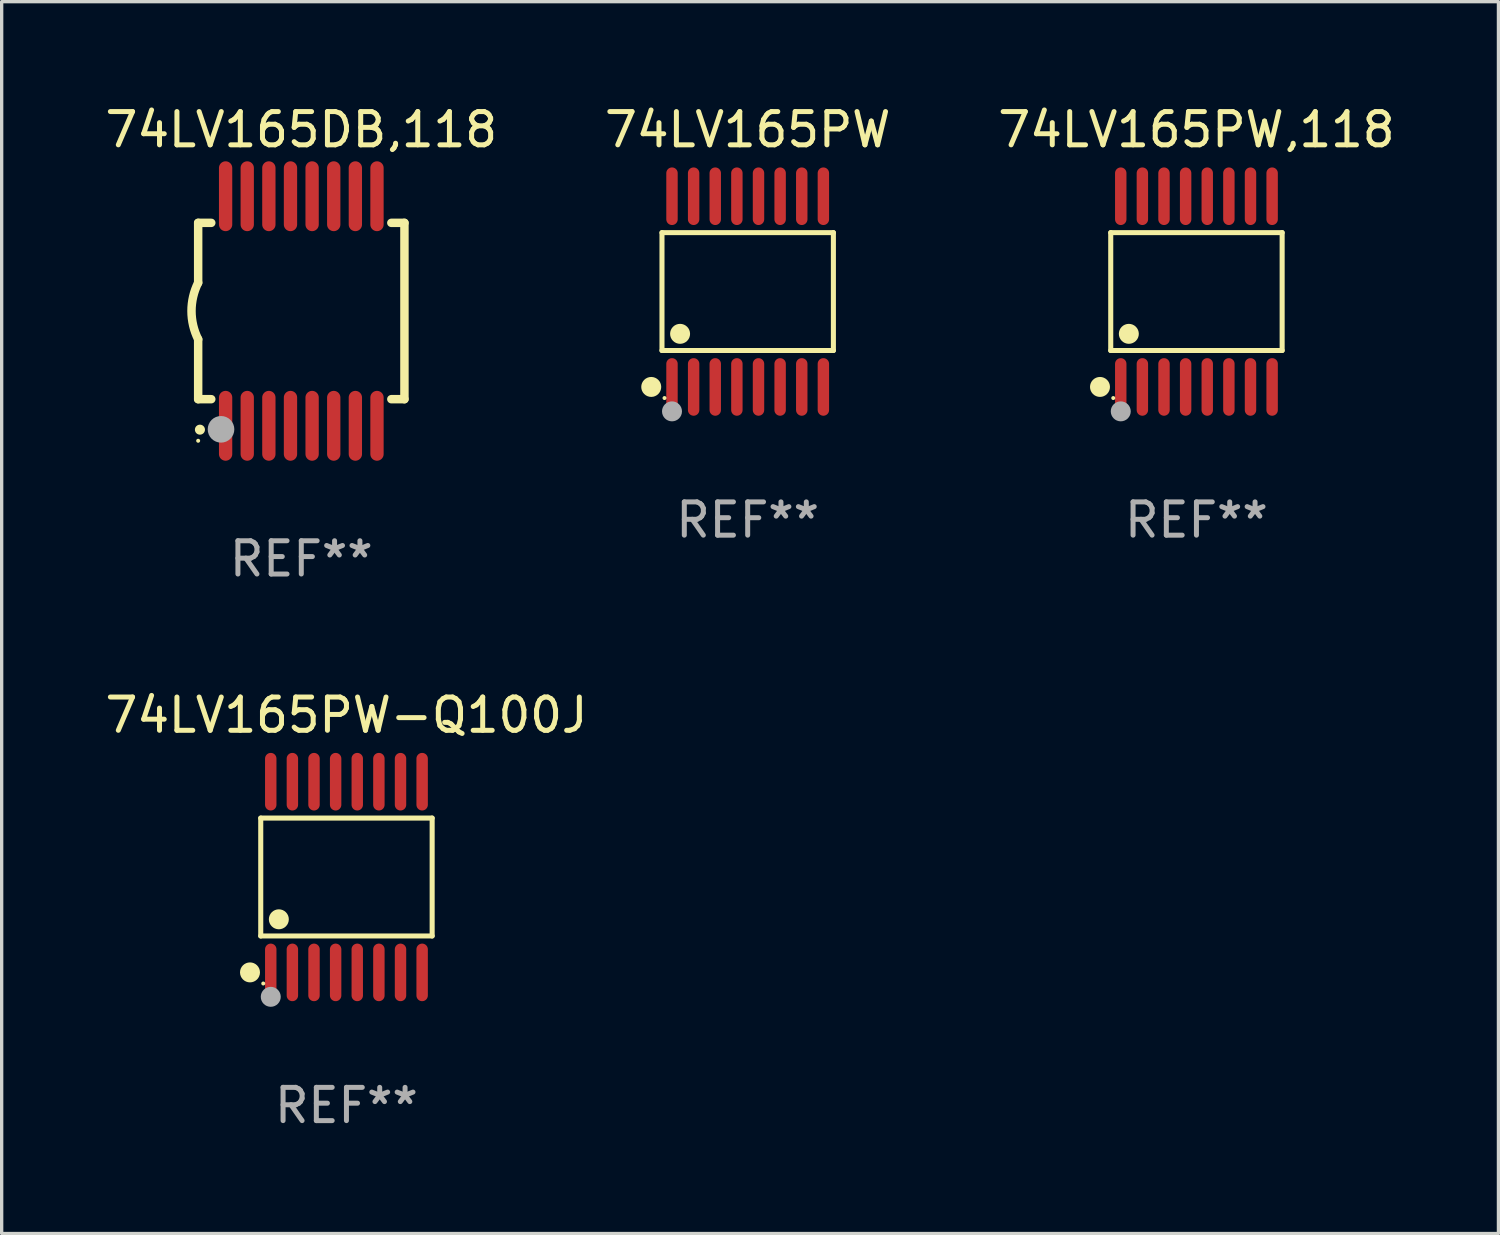
<source format=kicad_pcb>
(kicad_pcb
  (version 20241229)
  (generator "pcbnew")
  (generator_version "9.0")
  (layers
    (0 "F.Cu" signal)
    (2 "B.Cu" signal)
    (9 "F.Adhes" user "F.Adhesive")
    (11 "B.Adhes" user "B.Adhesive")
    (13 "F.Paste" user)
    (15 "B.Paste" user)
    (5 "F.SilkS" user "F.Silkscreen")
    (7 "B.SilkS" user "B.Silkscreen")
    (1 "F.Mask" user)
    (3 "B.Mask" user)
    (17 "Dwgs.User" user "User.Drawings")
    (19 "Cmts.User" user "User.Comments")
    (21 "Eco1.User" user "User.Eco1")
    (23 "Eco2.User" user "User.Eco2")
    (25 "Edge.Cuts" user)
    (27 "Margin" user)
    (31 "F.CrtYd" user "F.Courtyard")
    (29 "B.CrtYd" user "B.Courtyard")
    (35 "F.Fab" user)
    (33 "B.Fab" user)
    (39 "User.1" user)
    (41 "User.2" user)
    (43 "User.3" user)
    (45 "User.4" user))
  (footprint "74LV165DB,118"
    (layer "F.Cu")
    (at 6.006 6.298)
    (property "Reference" "74LV165DB,118" (at 0 -5.45 0) (layer "F.SilkS") (effects (font (size 1 1) (thickness 0.15))))
    (attr through_hole)
    (fp_line (start -3.1 -2.65) (end -3.1 -0.85) (stroke (width 0.254) (type solid)) (layer "F.SilkS"))
    (fp_line (start -3.1 -2.65) (end -2.706 -2.65) (stroke (width 0.254) (type solid)) (layer "F.SilkS"))
    (fp_line (start -3.1 2.65) (end -3.1 0.85) (stroke (width 0.254) (type solid)) (layer "F.SilkS"))
    (fp_line (start -3.1 2.65) (end -2.706 2.65) (stroke (width 0.254) (type solid)) (layer "F.SilkS"))
    (fp_line (start 2.706 -2.65) (end 3.1 -2.65) (stroke (width 0.254) (type solid)) (layer "F.SilkS"))
    (fp_line (start 2.706 2.65) (end 3.1 2.65) (stroke (width 0.254) (type solid)) (layer "F.SilkS"))
    (fp_line (start 3.1 -2.65) (end 3.1 2.65) (stroke (width 0.254) (type solid)) (layer "F.SilkS"))
    (fp_arc (start -3.098907 0.850902) (mid -3.300057 0.000523) (end -3.1 -0.850114) (stroke (width 0.254001) (type solid)) (layer "F.SilkS"))
    (fp_arc (start -3.048006 3.566066) (mid -3.046736 3.566061) (end -3.045466 3.566066) (stroke (width 0.3) (type solid)) (layer "F.SilkS"))
    (fp_circle (center -3.1 3.9) (end -3.07 3.9) (stroke (width 0.06) (type solid)) (fill no) (layer "F.SilkS"))
    (fp_circle (center -2.413 3.556) (end -2.213 3.556) (stroke (width 0.4) (type solid)) (fill no) (layer "F.Fab"))
    (fp_text user "REF**" (at 0 7.45 0) (layer "F.Fab") (effects (font (size 1 1) (thickness 0.15))))
    (pad "1" smd oval (at -2.275 3.45 180) (size 0.4 2.1) (layers "F.Cu" "F.Mask" "F.Paste"))
    (pad "2" smd oval (at -1.625 3.45 180) (size 0.4 2.1) (layers "F.Cu" "F.Mask" "F.Paste"))
    (pad "3" smd oval (at -0.975 3.45 180) (size 0.4 2.1) (layers "F.Cu" "F.Mask" "F.Paste"))
    (pad "4" smd oval (at -0.325 3.45 180) (size 0.4 2.1) (layers "F.Cu" "F.Mask" "F.Paste"))
    (pad "5" smd oval (at 0.325 3.45 180) (size 0.4 2.1) (layers "F.Cu" "F.Mask" "F.Paste"))
    (pad "6" smd oval (at 0.975 3.45 180) (size 0.4 2.1) (layers "F.Cu" "F.Mask" "F.Paste"))
    (pad "7" smd oval (at 1.625 3.45 180) (size 0.4 2.1) (layers "F.Cu" "F.Mask" "F.Paste"))
    (pad "8" smd oval (at 2.275 3.45 180) (size 0.4 2.1) (layers "F.Cu" "F.Mask" "F.Paste"))
    (pad "9" smd oval (at 2.275 -3.45 180) (size 0.4 2.1) (layers "F.Cu" "F.Mask" "F.Paste"))
    (pad "10" smd oval (at 1.625 -3.45 180) (size 0.4 2.1) (layers "F.Cu" "F.Mask" "F.Paste"))
    (pad "11" smd oval (at 0.975 -3.45 180) (size 0.4 2.1) (layers "F.Cu" "F.Mask" "F.Paste"))
    (pad "12" smd oval (at 0.325 -3.45 180) (size 0.4 2.1) (layers "F.Cu" "F.Mask" "F.Paste"))
    (pad "13" smd oval (at -0.325 -3.45 180) (size 0.4 2.1) (layers "F.Cu" "F.Mask" "F.Paste"))
    (pad "14" smd oval (at -0.975 -3.45 180) (size 0.4 2.1) (layers "F.Cu" "F.Mask" "F.Paste"))
    (pad "15" smd oval (at -1.625 -3.45 180) (size 0.4 2.1) (layers "F.Cu" "F.Mask" "F.Paste"))
    (pad "16" smd oval (at -2.275 -3.45 180) (size 0.4 2.1) (layers "F.Cu" "F.Mask" "F.Paste")))
  (footprint "74LV165PW-Q100J"
    (layer "F.Cu")
    (at 7.363 23.311)
    (property "Reference" "74LV165PW-Q100J" (at 0 -4.866 0) (layer "F.SilkS") (effects (font (size 1 1) (thickness 0.15))))
    (attr through_hole)
    (fp_line (start -2.576 -1.772) (end 2.576 -1.772) (stroke (width 0.152) (type solid)) (layer "F.SilkS"))
    (fp_line (start -2.576 1.771) (end -2.576 -1.772) (stroke (width 0.152) (type solid)) (layer "F.SilkS"))
    (fp_line (start 2.576 -1.772) (end 2.576 1.771) (stroke (width 0.152) (type solid)) (layer "F.SilkS"))
    (fp_line (start 2.576 1.771) (end -2.576 1.771) (stroke (width 0.152) (type solid)) (layer "F.SilkS"))
    (fp_circle (center -2.899 2.866) (end -2.749 2.866) (stroke (width 0.3) (type solid)) (fill no) (layer "F.SilkS"))
    (fp_circle (center -2.5 3.2) (end -2.47 3.2) (stroke (width 0.06) (type solid)) (fill no) (layer "F.SilkS"))
    (fp_circle (center -2.032 1.27) (end -1.882 1.27) (stroke (width 0.3) (type solid)) (fill no) (layer "F.SilkS"))
    (fp_circle (center -2.275 3.6) (end -2.125 3.6) (stroke (width 0.3) (type solid)) (fill no) (layer "F.Fab"))
    (fp_text user "REF**" (at 0 6.866 0) (layer "F.Fab") (effects (font (size 1 1) (thickness 0.15))))
    (pad "1" smd oval (at -2.275 2.866) (size 0.343 1.731) (layers "F.Cu" "F.Mask" "F.Paste"))
    (pad "2" smd oval (at -1.625 2.866) (size 0.343 1.731) (layers "F.Cu" "F.Mask" "F.Paste"))
    (pad "3" smd oval (at -0.975 2.866) (size 0.343 1.731) (layers "F.Cu" "F.Mask" "F.Paste"))
    (pad "4" smd oval (at -0.325 2.866) (size 0.343 1.731) (layers "F.Cu" "F.Mask" "F.Paste"))
    (pad "5" smd oval (at 0.325 2.866) (size 0.343 1.731) (layers "F.Cu" "F.Mask" "F.Paste"))
    (pad "6" smd oval (at 0.975 2.866) (size 0.343 1.731) (layers "F.Cu" "F.Mask" "F.Paste"))
    (pad "7" smd oval (at 1.625 2.866) (size 0.343 1.731) (layers "F.Cu" "F.Mask" "F.Paste"))
    (pad "8" smd oval (at 2.275 2.866) (size 0.343 1.731) (layers "F.Cu" "F.Mask" "F.Paste"))
    (pad "9" smd oval (at 2.275 -2.866) (size 0.343 1.731) (layers "F.Cu" "F.Mask" "F.Paste"))
    (pad "10" smd oval (at 1.625 -2.866) (size 0.343 1.731) (layers "F.Cu" "F.Mask" "F.Paste"))
    (pad "11" smd oval (at 0.975 -2.866) (size 0.343 1.731) (layers "F.Cu" "F.Mask" "F.Paste"))
    (pad "12" smd oval (at 0.325 -2.866) (size 0.343 1.731) (layers "F.Cu" "F.Mask" "F.Paste"))
    (pad "13" smd oval (at -0.325 -2.866) (size 0.343 1.731) (layers "F.Cu" "F.Mask" "F.Paste"))
    (pad "14" smd oval (at -0.975 -2.866) (size 0.343 1.731) (layers "F.Cu" "F.Mask" "F.Paste"))
    (pad "15" smd oval (at -1.625 -2.866) (size 0.343 1.731) (layers "F.Cu" "F.Mask" "F.Paste"))
    (pad "16" smd oval (at -2.275 -2.866) (size 0.343 1.731) (layers "F.Cu" "F.Mask" "F.Paste")))
  (footprint "74LV165PW"
    (layer "F.Cu")
    (at 19.423 5.714)
    (property "Reference" "74LV165PW" (at 0 -4.866 0) (layer "F.SilkS") (effects (font (size 1 1) (thickness 0.15))))
    (attr through_hole)
    (fp_line (start -2.576 -1.772) (end 2.576 -1.772) (stroke (width 0.152) (type solid)) (layer "F.SilkS"))
    (fp_line (start -2.576 1.771) (end -2.576 -1.772) (stroke (width 0.152) (type solid)) (layer "F.SilkS"))
    (fp_line (start 2.576 -1.772) (end 2.576 1.771) (stroke (width 0.152) (type solid)) (layer "F.SilkS"))
    (fp_line (start 2.576 1.771) (end -2.576 1.771) (stroke (width 0.152) (type solid)) (layer "F.SilkS"))
    (fp_circle (center -2.899 2.866) (end -2.749 2.866) (stroke (width 0.3) (type solid)) (fill no) (layer "F.SilkS"))
    (fp_circle (center -2.5 3.2) (end -2.47 3.2) (stroke (width 0.06) (type solid)) (fill no) (layer "F.SilkS"))
    (fp_circle (center -2.032 1.27) (end -1.882 1.27) (stroke (width 0.3) (type solid)) (fill no) (layer "F.SilkS"))
    (fp_circle (center -2.275 3.6) (end -2.125 3.6) (stroke (width 0.3) (type solid)) (fill no) (layer "F.Fab"))
    (fp_text user "REF**" (at 0 6.866 0) (layer "F.Fab") (effects (font (size 1 1) (thickness 0.15))))
    (pad "1" smd oval (at -2.275 2.866) (size 0.343 1.731) (layers "F.Cu" "F.Mask" "F.Paste"))
    (pad "2" smd oval (at -1.625 2.866) (size 0.343 1.731) (layers "F.Cu" "F.Mask" "F.Paste"))
    (pad "3" smd oval (at -0.975 2.866) (size 0.343 1.731) (layers "F.Cu" "F.Mask" "F.Paste"))
    (pad "4" smd oval (at -0.325 2.866) (size 0.343 1.731) (layers "F.Cu" "F.Mask" "F.Paste"))
    (pad "5" smd oval (at 0.325 2.866) (size 0.343 1.731) (layers "F.Cu" "F.Mask" "F.Paste"))
    (pad "6" smd oval (at 0.975 2.866) (size 0.343 1.731) (layers "F.Cu" "F.Mask" "F.Paste"))
    (pad "7" smd oval (at 1.625 2.866) (size 0.343 1.731) (layers "F.Cu" "F.Mask" "F.Paste"))
    (pad "8" smd oval (at 2.275 2.866) (size 0.343 1.731) (layers "F.Cu" "F.Mask" "F.Paste"))
    (pad "9" smd oval (at 2.275 -2.866) (size 0.343 1.731) (layers "F.Cu" "F.Mask" "F.Paste"))
    (pad "10" smd oval (at 1.625 -2.866) (size 0.343 1.731) (layers "F.Cu" "F.Mask" "F.Paste"))
    (pad "11" smd oval (at 0.975 -2.866) (size 0.343 1.731) (layers "F.Cu" "F.Mask" "F.Paste"))
    (pad "12" smd oval (at 0.325 -2.866) (size 0.343 1.731) (layers "F.Cu" "F.Mask" "F.Paste"))
    (pad "13" smd oval (at -0.325 -2.866) (size 0.343 1.731) (layers "F.Cu" "F.Mask" "F.Paste"))
    (pad "14" smd oval (at -0.975 -2.866) (size 0.343 1.731) (layers "F.Cu" "F.Mask" "F.Paste"))
    (pad "15" smd oval (at -1.625 -2.866) (size 0.343 1.731) (layers "F.Cu" "F.Mask" "F.Paste"))
    (pad "16" smd oval (at -2.275 -2.866) (size 0.343 1.731) (layers "F.Cu" "F.Mask" "F.Paste")))
  (footprint "74LV165PW,118"
    (layer "F.Cu")
    (at 32.911 5.714)
    (property "Reference" "74LV165PW,118" (at 0 -4.866 0) (layer "F.SilkS") (effects (font (size 1 1) (thickness 0.15))))
    (attr through_hole)
    (fp_line (start -2.576 -1.772) (end 2.576 -1.772) (stroke (width 0.152) (type solid)) (layer "F.SilkS"))
    (fp_line (start -2.576 1.771) (end -2.576 -1.772) (stroke (width 0.152) (type solid)) (layer "F.SilkS"))
    (fp_line (start 2.576 -1.772) (end 2.576 1.771) (stroke (width 0.152) (type solid)) (layer "F.SilkS"))
    (fp_line (start 2.576 1.771) (end -2.576 1.771) (stroke (width 0.152) (type solid)) (layer "F.SilkS"))
    (fp_circle (center -2.899 2.866) (end -2.749 2.866) (stroke (width 0.3) (type solid)) (fill no) (layer "F.SilkS"))
    (fp_circle (center -2.5 3.2) (end -2.47 3.2) (stroke (width 0.06) (type solid)) (fill no) (layer "F.SilkS"))
    (fp_circle (center -2.032 1.27) (end -1.882 1.27) (stroke (width 0.3) (type solid)) (fill no) (layer "F.SilkS"))
    (fp_circle (center -2.275 3.6) (end -2.125 3.6) (stroke (width 0.3) (type solid)) (fill no) (layer "F.Fab"))
    (fp_text user "REF**" (at 0 6.866 0) (layer "F.Fab") (effects (font (size 1 1) (thickness 0.15))))
    (pad "1" smd oval (at -2.275 2.866) (size 0.343 1.731) (layers "F.Cu" "F.Mask" "F.Paste"))
    (pad "2" smd oval (at -1.625 2.866) (size 0.343 1.731) (layers "F.Cu" "F.Mask" "F.Paste"))
    (pad "3" smd oval (at -0.975 2.866) (size 0.343 1.731) (layers "F.Cu" "F.Mask" "F.Paste"))
    (pad "4" smd oval (at -0.325 2.866) (size 0.343 1.731) (layers "F.Cu" "F.Mask" "F.Paste"))
    (pad "5" smd oval (at 0.325 2.866) (size 0.343 1.731) (layers "F.Cu" "F.Mask" "F.Paste"))
    (pad "6" smd oval (at 0.975 2.866) (size 0.343 1.731) (layers "F.Cu" "F.Mask" "F.Paste"))
    (pad "7" smd oval (at 1.625 2.866) (size 0.343 1.731) (layers "F.Cu" "F.Mask" "F.Paste"))
    (pad "8" smd oval (at 2.275 2.866) (size 0.343 1.731) (layers "F.Cu" "F.Mask" "F.Paste"))
    (pad "9" smd oval (at 2.275 -2.866) (size 0.343 1.731) (layers "F.Cu" "F.Mask" "F.Paste"))
    (pad "10" smd oval (at 1.625 -2.866) (size 0.343 1.731) (layers "F.Cu" "F.Mask" "F.Paste"))
    (pad "11" smd oval (at 0.975 -2.866) (size 0.343 1.731) (layers "F.Cu" "F.Mask" "F.Paste"))
    (pad "12" smd oval (at 0.325 -2.866) (size 0.343 1.731) (layers "F.Cu" "F.Mask" "F.Paste"))
    (pad "13" smd oval (at -0.325 -2.866) (size 0.343 1.731) (layers "F.Cu" "F.Mask" "F.Paste"))
    (pad "14" smd oval (at -0.975 -2.866) (size 0.343 1.731) (layers "F.Cu" "F.Mask" "F.Paste"))
    (pad "15" smd oval (at -1.625 -2.866) (size 0.343 1.731) (layers "F.Cu" "F.Mask" "F.Paste"))
    (pad "16" smd oval (at -2.275 -2.866) (size 0.343 1.731) (layers "F.Cu" "F.Mask" "F.Paste")))
  (gr_rect
    (start -3 -3)
    (end 41.988 34.025)
    (stroke (width 0.1) (type default))
    (fill no)
    (layer "Edge.Cuts")))
</source>
